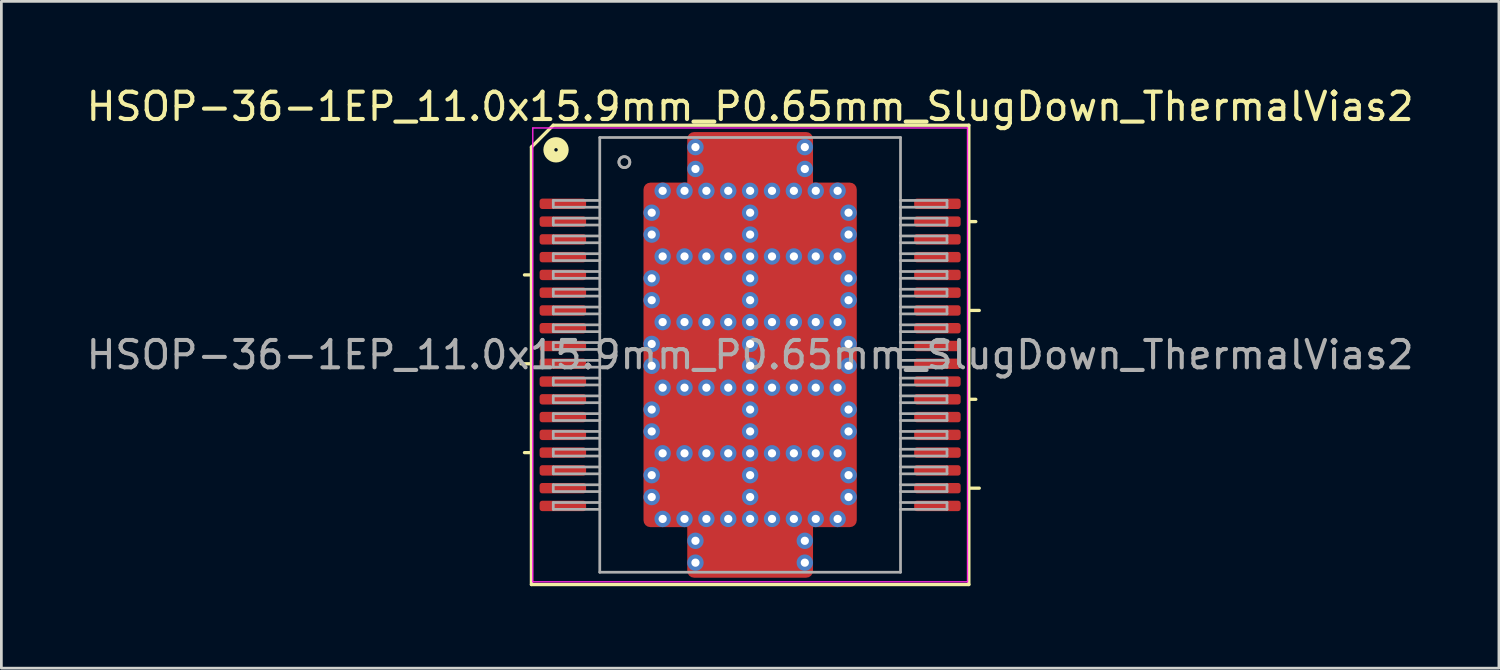
<source format=kicad_pcb>
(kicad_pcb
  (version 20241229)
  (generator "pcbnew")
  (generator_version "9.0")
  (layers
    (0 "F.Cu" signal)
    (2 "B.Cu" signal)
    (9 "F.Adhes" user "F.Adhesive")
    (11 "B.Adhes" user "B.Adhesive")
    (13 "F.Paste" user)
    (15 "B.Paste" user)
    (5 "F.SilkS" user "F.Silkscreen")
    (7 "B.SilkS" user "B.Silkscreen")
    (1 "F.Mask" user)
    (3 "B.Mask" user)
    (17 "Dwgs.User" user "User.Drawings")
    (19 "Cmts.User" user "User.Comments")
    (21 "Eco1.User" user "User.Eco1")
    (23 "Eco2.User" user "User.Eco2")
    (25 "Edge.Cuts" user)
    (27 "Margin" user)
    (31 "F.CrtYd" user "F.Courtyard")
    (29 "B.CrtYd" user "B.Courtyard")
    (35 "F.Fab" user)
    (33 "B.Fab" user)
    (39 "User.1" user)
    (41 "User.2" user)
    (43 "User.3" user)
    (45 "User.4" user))
  (footprint "HSOP-36-1EP_11.0x15.9mm_P0.65mm_SlugDown_ThermalVias2"
    (layer "F.Cu")
    (at 24.387 9.93)
    (property "Reference" "HSOP-36-1EP_11.0x15.9mm_P0.65mm_SlugDown_ThermalVias2" (at 0 -9.082 0) (layer "F.SilkS") (effects (font (size 1 1) (thickness 0.15))))
    (attr smd)
    (fp_line (start -8 -7.6) (end -8 8.4) (stroke (width 0.12) (type solid)) (layer "F.SilkS"))
    (fp_line (start -8 -7.6) (end -7.2 -8.4) (stroke (width 0.12) (type solid)) (layer "F.SilkS"))
    (fp_line (start -8 -2.925) (end -8.254 -2.925) (stroke (width 0.12) (type solid)) (layer "F.SilkS"))
    (fp_line (start -8 0.325) (end -8.381 0.325) (stroke (width 0.12) (type solid)) (layer "F.SilkS"))
    (fp_line (start -8 3.575) (end -8.254 3.575) (stroke (width 0.12) (type solid)) (layer "F.SilkS"))
    (fp_line (start -8 8.4) (end 8 8.4) (stroke (width 0.12) (type solid)) (layer "F.SilkS"))
    (fp_line (start 8 -8.4) (end -7.2 -8.4) (stroke (width 0.12) (type solid)) (layer "F.SilkS"))
    (fp_line (start 8 -4.875) (end 8.254 -4.875) (stroke (width 0.12) (type solid)) (layer "F.SilkS"))
    (fp_line (start 8 -1.625) (end 8.381 -1.625) (stroke (width 0.12) (type solid)) (layer "F.SilkS"))
    (fp_line (start 8 1.625) (end 8.254 1.625) (stroke (width 0.12) (type solid)) (layer "F.SilkS"))
    (fp_line (start 8 4.875) (end 8.381 4.875) (stroke (width 0.12) (type solid)) (layer "F.SilkS"))
    (fp_line (start 8 8.4) (end 8 -8.4) (stroke (width 0.12) (type solid)) (layer "F.SilkS"))
    (fp_circle (center -7.1 -7.5) (end -7.037 -7.5) (stroke (width 0.4) (type solid)) (fill no) (layer "F.SilkS"))
    (fp_line (start -7.95 -8.3) (end -7.95 8.3) (stroke (width 0.05) (type solid)) (layer "F.CrtYd"))
    (fp_line (start -7.95 -8.3) (end 7.95 -8.3) (stroke (width 0.05) (type solid)) (layer "F.CrtYd"))
    (fp_line (start 7.95 8.3) (end -7.95 8.3) (stroke (width 0.05) (type solid)) (layer "F.CrtYd"))
    (fp_line (start 7.95 8.3) (end 7.95 -8.3) (stroke (width 0.05) (type solid)) (layer "F.CrtYd"))
    (fp_line (start -7.2 -5.65) (end -7.2 -5.4) (stroke (width 0.1) (type solid)) (layer "F.Fab"))
    (fp_line (start -7.2 -5.65) (end -5.5 -5.65) (stroke (width 0.1) (type solid)) (layer "F.Fab"))
    (fp_line (start -7.2 -5.4) (end -5.5 -5.4) (stroke (width 0.1) (type solid)) (layer "F.Fab"))
    (fp_line (start -7.2 -5) (end -7.2 -4.75) (stroke (width 0.1) (type solid)) (layer "F.Fab"))
    (fp_line (start -7.2 -5) (end -5.5 -5) (stroke (width 0.1) (type solid)) (layer "F.Fab"))
    (fp_line (start -7.2 -4.75) (end -5.5 -4.75) (stroke (width 0.1) (type solid)) (layer "F.Fab"))
    (fp_line (start -7.2 -4.35) (end -7.2 -4.1) (stroke (width 0.1) (type solid)) (layer "F.Fab"))
    (fp_line (start -7.2 -4.35) (end -5.5 -4.35) (stroke (width 0.1) (type solid)) (layer "F.Fab"))
    (fp_line (start -7.2 -4.1) (end -5.5 -4.1) (stroke (width 0.1) (type solid)) (layer "F.Fab"))
    (fp_line (start -7.2 -3.7) (end -7.2 -3.45) (stroke (width 0.1) (type solid)) (layer "F.Fab"))
    (fp_line (start -7.2 -3.7) (end -5.5 -3.7) (stroke (width 0.1) (type solid)) (layer "F.Fab"))
    (fp_line (start -7.2 -3.45) (end -5.5 -3.45) (stroke (width 0.1) (type solid)) (layer "F.Fab"))
    (fp_line (start -7.2 -3.05) (end -7.2 -2.8) (stroke (width 0.1) (type solid)) (layer "F.Fab"))
    (fp_line (start -7.2 -3.05) (end -5.5 -3.05) (stroke (width 0.1) (type solid)) (layer "F.Fab"))
    (fp_line (start -7.2 -2.8) (end -5.5 -2.8) (stroke (width 0.1) (type solid)) (layer "F.Fab"))
    (fp_line (start -7.2 -2.4) (end -7.2 -2.15) (stroke (width 0.1) (type solid)) (layer "F.Fab"))
    (fp_line (start -7.2 -2.4) (end -5.5 -2.4) (stroke (width 0.1) (type solid)) (layer "F.Fab"))
    (fp_line (start -7.2 -2.15) (end -5.5 -2.15) (stroke (width 0.1) (type solid)) (layer "F.Fab"))
    (fp_line (start -7.2 -1.75) (end -7.2 -1.5) (stroke (width 0.1) (type solid)) (layer "F.Fab"))
    (fp_line (start -7.2 -1.75) (end -5.5 -1.75) (stroke (width 0.1) (type solid)) (layer "F.Fab"))
    (fp_line (start -7.2 -1.5) (end -5.5 -1.5) (stroke (width 0.1) (type solid)) (layer "F.Fab"))
    (fp_line (start -7.2 -1.1) (end -7.2 -0.85) (stroke (width 0.1) (type solid)) (layer "F.Fab"))
    (fp_line (start -7.2 -1.1) (end -5.5 -1.1) (stroke (width 0.1) (type solid)) (layer "F.Fab"))
    (fp_line (start -7.2 -0.85) (end -5.5 -0.85) (stroke (width 0.1) (type solid)) (layer "F.Fab"))
    (fp_line (start -7.2 -0.45) (end -7.2 -0.2) (stroke (width 0.1) (type solid)) (layer "F.Fab"))
    (fp_line (start -7.2 -0.45) (end -5.5 -0.45) (stroke (width 0.1) (type solid)) (layer "F.Fab"))
    (fp_line (start -7.2 -0.2) (end -5.5 -0.2) (stroke (width 0.1) (type solid)) (layer "F.Fab"))
    (fp_line (start -7.2 0.2) (end -7.2 0.45) (stroke (width 0.1) (type solid)) (layer "F.Fab"))
    (fp_line (start -7.2 0.2) (end -5.5 0.2) (stroke (width 0.1) (type solid)) (layer "F.Fab"))
    (fp_line (start -7.2 0.45) (end -5.5 0.45) (stroke (width 0.1) (type solid)) (layer "F.Fab"))
    (fp_line (start -7.2 0.85) (end -7.2 1.1) (stroke (width 0.1) (type solid)) (layer "F.Fab"))
    (fp_line (start -7.2 0.85) (end -5.5 0.85) (stroke (width 0.1) (type solid)) (layer "F.Fab"))
    (fp_line (start -7.2 1.1) (end -5.5 1.1) (stroke (width 0.1) (type solid)) (layer "F.Fab"))
    (fp_line (start -7.2 1.5) (end -7.2 1.75) (stroke (width 0.1) (type solid)) (layer "F.Fab"))
    (fp_line (start -7.2 1.5) (end -5.5 1.5) (stroke (width 0.1) (type solid)) (layer "F.Fab"))
    (fp_line (start -7.2 1.75) (end -5.5 1.75) (stroke (width 0.1) (type solid)) (layer "F.Fab"))
    (fp_line (start -7.2 2.15) (end -7.2 2.4) (stroke (width 0.1) (type solid)) (layer "F.Fab"))
    (fp_line (start -7.2 2.15) (end -5.5 2.15) (stroke (width 0.1) (type solid)) (layer "F.Fab"))
    (fp_line (start -7.2 2.4) (end -5.5 2.4) (stroke (width 0.1) (type solid)) (layer "F.Fab"))
    (fp_line (start -7.2 2.8) (end -7.2 3.05) (stroke (width 0.1) (type solid)) (layer "F.Fab"))
    (fp_line (start -7.2 2.8) (end -5.5 2.8) (stroke (width 0.1) (type solid)) (layer "F.Fab"))
    (fp_line (start -7.2 3.05) (end -5.5 3.05) (stroke (width 0.1) (type solid)) (layer "F.Fab"))
    (fp_line (start -7.2 3.45) (end -7.2 3.7) (stroke (width 0.1) (type solid)) (layer "F.Fab"))
    (fp_line (start -7.2 3.45) (end -5.5 3.45) (stroke (width 0.1) (type solid)) (layer "F.Fab"))
    (fp_line (start -7.2 3.7) (end -5.5 3.7) (stroke (width 0.1) (type solid)) (layer "F.Fab"))
    (fp_line (start -7.2 4.1) (end -7.2 4.35) (stroke (width 0.1) (type solid)) (layer "F.Fab"))
    (fp_line (start -7.2 4.1) (end -5.5 4.1) (stroke (width 0.1) (type solid)) (layer "F.Fab"))
    (fp_line (start -7.2 4.35) (end -5.5 4.35) (stroke (width 0.1) (type solid)) (layer "F.Fab"))
    (fp_line (start -7.2 4.75) (end -7.2 5) (stroke (width 0.1) (type solid)) (layer "F.Fab"))
    (fp_line (start -7.2 4.75) (end -5.5 4.75) (stroke (width 0.1) (type solid)) (layer "F.Fab"))
    (fp_line (start -7.2 5) (end -5.5 5) (stroke (width 0.1) (type solid)) (layer "F.Fab"))
    (fp_line (start -7.2 5.4) (end -7.2 5.65) (stroke (width 0.1) (type solid)) (layer "F.Fab"))
    (fp_line (start -7.2 5.4) (end -5.5 5.4) (stroke (width 0.1) (type solid)) (layer "F.Fab"))
    (fp_line (start -7.2 5.65) (end -5.5 5.65) (stroke (width 0.1) (type solid)) (layer "F.Fab"))
    (fp_line (start -5.5 -7.95) (end -5.5 7.95) (stroke (width 0.1) (type solid)) (layer "F.Fab"))
    (fp_line (start -5.5 7.95) (end 5.5 7.95) (stroke (width 0.1) (type solid)) (layer "F.Fab"))
    (fp_line (start 5.5 -7.95) (end -5.5 -7.95) (stroke (width 0.1) (type solid)) (layer "F.Fab"))
    (fp_line (start 5.5 7.95) (end 5.5 -7.95) (stroke (width 0.1) (type solid)) (layer "F.Fab"))
    (fp_line (start 7.2 -5.65) (end 5.5 -5.65) (stroke (width 0.1) (type solid)) (layer "F.Fab"))
    (fp_line (start 7.2 -5.4) (end 5.5 -5.4) (stroke (width 0.1) (type solid)) (layer "F.Fab"))
    (fp_line (start 7.2 -5.4) (end 7.2 -5.65) (stroke (width 0.1) (type solid)) (layer "F.Fab"))
    (fp_line (start 7.2 -5) (end 5.5 -5) (stroke (width 0.1) (type solid)) (layer "F.Fab"))
    (fp_line (start 7.2 -4.75) (end 5.5 -4.75) (stroke (width 0.1) (type solid)) (layer "F.Fab"))
    (fp_line (start 7.2 -4.75) (end 7.2 -5) (stroke (width 0.1) (type solid)) (layer "F.Fab"))
    (fp_line (start 7.2 -4.35) (end 5.5 -4.35) (stroke (width 0.1) (type solid)) (layer "F.Fab"))
    (fp_line (start 7.2 -4.1) (end 5.5 -4.1) (stroke (width 0.1) (type solid)) (layer "F.Fab"))
    (fp_line (start 7.2 -4.1) (end 7.2 -4.35) (stroke (width 0.1) (type solid)) (layer "F.Fab"))
    (fp_line (start 7.2 -3.7) (end 5.5 -3.7) (stroke (width 0.1) (type solid)) (layer "F.Fab"))
    (fp_line (start 7.2 -3.45) (end 5.5 -3.45) (stroke (width 0.1) (type solid)) (layer "F.Fab"))
    (fp_line (start 7.2 -3.45) (end 7.2 -3.7) (stroke (width 0.1) (type solid)) (layer "F.Fab"))
    (fp_line (start 7.2 -3.05) (end 5.5 -3.05) (stroke (width 0.1) (type solid)) (layer "F.Fab"))
    (fp_line (start 7.2 -2.8) (end 5.5 -2.8) (stroke (width 0.1) (type solid)) (layer "F.Fab"))
    (fp_line (start 7.2 -2.8) (end 7.2 -3.05) (stroke (width 0.1) (type solid)) (layer "F.Fab"))
    (fp_line (start 7.2 -2.4) (end 5.5 -2.4) (stroke (width 0.1) (type solid)) (layer "F.Fab"))
    (fp_line (start 7.2 -2.15) (end 5.5 -2.15) (stroke (width 0.1) (type solid)) (layer "F.Fab"))
    (fp_line (start 7.2 -2.15) (end 7.2 -2.4) (stroke (width 0.1) (type solid)) (layer "F.Fab"))
    (fp_line (start 7.2 -1.75) (end 5.5 -1.75) (stroke (width 0.1) (type solid)) (layer "F.Fab"))
    (fp_line (start 7.2 -1.5) (end 5.5 -1.5) (stroke (width 0.1) (type solid)) (layer "F.Fab"))
    (fp_line (start 7.2 -1.5) (end 7.2 -1.75) (stroke (width 0.1) (type solid)) (layer "F.Fab"))
    (fp_line (start 7.2 -1.1) (end 5.5 -1.1) (stroke (width 0.1) (type solid)) (layer "F.Fab"))
    (fp_line (start 7.2 -0.85) (end 5.5 -0.85) (stroke (width 0.1) (type solid)) (layer "F.Fab"))
    (fp_line (start 7.2 -0.85) (end 7.2 -1.1) (stroke (width 0.1) (type solid)) (layer "F.Fab"))
    (fp_line (start 7.2 -0.45) (end 5.5 -0.45) (stroke (width 0.1) (type solid)) (layer "F.Fab"))
    (fp_line (start 7.2 -0.2) (end 5.5 -0.2) (stroke (width 0.1) (type solid)) (layer "F.Fab"))
    (fp_line (start 7.2 -0.2) (end 7.2 -0.45) (stroke (width 0.1) (type solid)) (layer "F.Fab"))
    (fp_line (start 7.2 0.2) (end 5.5 0.2) (stroke (width 0.1) (type solid)) (layer "F.Fab"))
    (fp_line (start 7.2 0.45) (end 5.5 0.45) (stroke (width 0.1) (type solid)) (layer "F.Fab"))
    (fp_line (start 7.2 0.45) (end 7.2 0.2) (stroke (width 0.1) (type solid)) (layer "F.Fab"))
    (fp_line (start 7.2 0.85) (end 5.5 0.85) (stroke (width 0.1) (type solid)) (layer "F.Fab"))
    (fp_line (start 7.2 1.1) (end 5.5 1.1) (stroke (width 0.1) (type solid)) (layer "F.Fab"))
    (fp_line (start 7.2 1.1) (end 7.2 0.85) (stroke (width 0.1) (type solid)) (layer "F.Fab"))
    (fp_line (start 7.2 1.5) (end 5.5 1.5) (stroke (width 0.1) (type solid)) (layer "F.Fab"))
    (fp_line (start 7.2 1.75) (end 5.5 1.75) (stroke (width 0.1) (type solid)) (layer "F.Fab"))
    (fp_line (start 7.2 1.75) (end 7.2 1.5) (stroke (width 0.1) (type solid)) (layer "F.Fab"))
    (fp_line (start 7.2 2.15) (end 5.5 2.15) (stroke (width 0.1) (type solid)) (layer "F.Fab"))
    (fp_line (start 7.2 2.4) (end 5.5 2.4) (stroke (width 0.1) (type solid)) (layer "F.Fab"))
    (fp_line (start 7.2 2.4) (end 7.2 2.15) (stroke (width 0.1) (type solid)) (layer "F.Fab"))
    (fp_line (start 7.2 2.8) (end 5.5 2.8) (stroke (width 0.1) (type solid)) (layer "F.Fab"))
    (fp_line (start 7.2 3.05) (end 5.5 3.05) (stroke (width 0.1) (type solid)) (layer "F.Fab"))
    (fp_line (start 7.2 3.05) (end 7.2 2.8) (stroke (width 0.1) (type solid)) (layer "F.Fab"))
    (fp_line (start 7.2 3.45) (end 5.5 3.45) (stroke (width 0.1) (type solid)) (layer "F.Fab"))
    (fp_line (start 7.2 3.7) (end 5.5 3.7) (stroke (width 0.1) (type solid)) (layer "F.Fab"))
    (fp_line (start 7.2 3.7) (end 7.2 3.45) (stroke (width 0.1) (type solid)) (layer "F.Fab"))
    (fp_line (start 7.2 4.1) (end 5.5 4.1) (stroke (width 0.1) (type solid)) (layer "F.Fab"))
    (fp_line (start 7.2 4.35) (end 5.5 4.35) (stroke (width 0.1) (type solid)) (layer "F.Fab"))
    (fp_line (start 7.2 4.35) (end 7.2 4.1) (stroke (width 0.1) (type solid)) (layer "F.Fab"))
    (fp_line (start 7.2 4.75) (end 5.5 4.75) (stroke (width 0.1) (type solid)) (layer "F.Fab"))
    (fp_line (start 7.2 5) (end 5.5 5) (stroke (width 0.1) (type solid)) (layer "F.Fab"))
    (fp_line (start 7.2 5) (end 7.2 4.75) (stroke (width 0.1) (type solid)) (layer "F.Fab"))
    (fp_line (start 7.2 5.4) (end 5.5 5.4) (stroke (width 0.1) (type solid)) (layer "F.Fab"))
    (fp_line (start 7.2 5.65) (end 5.5 5.65) (stroke (width 0.1) (type solid)) (layer "F.Fab"))
    (fp_line (start 7.2 5.65) (end 7.2 5.4) (stroke (width 0.1) (type solid)) (layer "F.Fab"))
    (fp_circle (center -4.6 -7.05) (end -4.4 -7.05) (stroke (width 0.1) (type solid)) (fill no) (layer "F.Fab"))
    (fp_circle (center -4.6 -7.05) (end -4.4 -7.05) (stroke (width 0.1) (type solid)) (fill no) (layer "F.Fab"))
    (fp_text user "${REFERENCE}" (at 0 0 0) (layer "F.Fab") (effects (font (size 1 1) (thickness 0.15))))
    (pad "" smd roundrect (at -2.425 -4.775) (size 1.15 1.35) (layers "F.Paste") (roundrect_rratio 0.217))
    (pad "" smd roundrect (at -2.425 -2.4) (size 1.15 1.4) (layers "F.Paste") (roundrect_rratio 0.217))
    (pad "" smd roundrect (at -2.425 0) (size 1.15 1.4) (layers "F.Paste") (roundrect_rratio 0.217))
    (pad "" smd roundrect (at -2.425 2.4 180) (size 1.15 1.4) (layers "F.Paste") (roundrect_rratio 0.217))
    (pad "" smd roundrect (at -2.425 4.775 180) (size 1.15 1.35) (layers "F.Paste") (roundrect_rratio 0.217))
    (pad "" smd roundrect (at -1.75 -4.775) (size 2.9 1.75) (layers "F.Mask") (roundrect_rratio 0.143))
    (pad "" smd roundrect (at -1.75 -2.4) (size 2.9 1.8) (layers "F.Mask") (roundrect_rratio 0.139))
    (pad "" smd roundrect (at -1.75 0) (size 2.9 1.8) (layers "F.Mask") (roundrect_rratio 0.139))
    (pad "" smd roundrect (at -1.75 2.4) (size 2.9 1.8) (layers "F.Mask") (roundrect_rratio 0.139))
    (pad "" smd roundrect (at -1.75 4.775) (size 2.9 1.75) (layers "F.Mask") (roundrect_rratio 0.143))
    (pad "" smd roundrect (at -1.075 -4.775) (size 1.15 1.35) (layers "F.Paste") (roundrect_rratio 0.217))
    (pad "" smd roundrect (at -1.075 -2.4) (size 1.15 1.4) (layers "F.Paste") (roundrect_rratio 0.217))
    (pad "" smd roundrect (at -1.075 0) (size 1.15 1.4) (layers "F.Paste") (roundrect_rratio 0.217))
    (pad "" smd roundrect (at -1.075 2.4 180) (size 1.15 1.4) (layers "F.Paste") (roundrect_rratio 0.217))
    (pad "" smd roundrect (at -1.075 4.775 180) (size 1.15 1.35) (layers "F.Paste") (roundrect_rratio 0.217))
    (pad "" smd roundrect (at -0.8 -7.175) (size 1.3 1.35) (layers "F.Paste") (roundrect_rratio 0.192))
    (pad "" smd roundrect (at -0.8 7.175 180) (size 1.3 1.35) (layers "F.Paste") (roundrect_rratio 0.192))
    (pad "" smd roundrect (at 0 -7.175) (size 3.4 1.75) (layers "F.Mask") (roundrect_rratio 0.143))
    (pad "" smd roundrect (at 0 7.175) (size 3.4 1.75) (layers "F.Mask") (roundrect_rratio 0.143))
    (pad "" smd roundrect (at 0.8 -7.175) (size 1.3 1.35) (layers "F.Paste") (roundrect_rratio 0.192))
    (pad "" smd roundrect (at 0.8 7.175 180) (size 1.3 1.35) (layers "F.Paste") (roundrect_rratio 0.192))
    (pad "" smd roundrect (at 1.075 -4.775) (size 1.15 1.35) (layers "F.Paste") (roundrect_rratio 0.217))
    (pad "" smd roundrect (at 1.075 -2.4) (size 1.15 1.4) (layers "F.Paste") (roundrect_rratio 0.217))
    (pad "" smd roundrect (at 1.075 0) (size 1.15 1.4) (layers "F.Paste") (roundrect_rratio 0.217))
    (pad "" smd roundrect (at 1.075 2.4 180) (size 1.15 1.4) (layers "F.Paste") (roundrect_rratio 0.217))
    (pad "" smd roundrect (at 1.075 4.775 180) (size 1.15 1.35) (layers "F.Paste") (roundrect_rratio 0.217))
    (pad "" smd roundrect (at 1.75 -4.775) (size 2.9 1.75) (layers "F.Mask") (roundrect_rratio 0.143))
    (pad "" smd roundrect (at 1.75 -2.4) (size 2.9 1.8) (layers "F.Mask") (roundrect_rratio 0.139))
    (pad "" smd roundrect (at 1.75 0) (size 2.9 1.8) (layers "F.Mask") (roundrect_rratio 0.139))
    (pad "" smd roundrect (at 1.75 2.4) (size 2.9 1.8) (layers "F.Mask") (roundrect_rratio 0.139))
    (pad "" smd roundrect (at 1.75 4.775) (size 2.9 1.75) (layers "F.Mask") (roundrect_rratio 0.143))
    (pad "" smd roundrect (at 2.425 -4.775) (size 1.15 1.35) (layers "F.Paste") (roundrect_rratio 0.217))
    (pad "" smd roundrect (at 2.425 -2.4) (size 1.15 1.4) (layers "F.Paste") (roundrect_rratio 0.217))
    (pad "" smd roundrect (at 2.425 0) (size 1.15 1.4) (layers "F.Paste") (roundrect_rratio 0.217))
    (pad "" smd roundrect (at 2.425 2.4 180) (size 1.15 1.4) (layers "F.Paste") (roundrect_rratio 0.217))
    (pad "" smd roundrect (at 2.425 4.775 180) (size 1.15 1.35) (layers "F.Paste") (roundrect_rratio 0.217))
    (pad "1" smd roundrect (at -6.85 -5.525) (size 1.7 0.38) (layers "F.Cu" "F.Mask" "F.Paste") (roundrect_rratio 0.25))
    (pad "2" smd roundrect (at -6.85 -4.875) (size 1.7 0.38) (layers "F.Cu" "F.Mask" "F.Paste") (roundrect_rratio 0.25))
    (pad "3" smd roundrect (at -6.85 -4.225) (size 1.7 0.38) (layers "F.Cu" "F.Mask" "F.Paste") (roundrect_rratio 0.25))
    (pad "4" smd roundrect (at -6.85 -3.575) (size 1.7 0.38) (layers "F.Cu" "F.Mask" "F.Paste") (roundrect_rratio 0.25))
    (pad "5" smd roundrect (at -6.85 -2.925) (size 1.7 0.38) (layers "F.Cu" "F.Mask" "F.Paste") (roundrect_rratio 0.25))
    (pad "6" smd roundrect (at -6.85 -2.275) (size 1.7 0.38) (layers "F.Cu" "F.Mask" "F.Paste") (roundrect_rratio 0.25))
    (pad "7" smd roundrect (at -6.85 -1.625) (size 1.7 0.38) (layers "F.Cu" "F.Mask" "F.Paste") (roundrect_rratio 0.25))
    (pad "8" smd roundrect (at -6.85 -0.975) (size 1.7 0.38) (layers "F.Cu" "F.Mask" "F.Paste") (roundrect_rratio 0.25))
    (pad "9" smd roundrect (at -6.85 -0.325) (size 1.7 0.38) (layers "F.Cu" "F.Mask" "F.Paste") (roundrect_rratio 0.25))
    (pad "10" smd roundrect (at -6.85 0.325) (size 1.7 0.38) (layers "F.Cu" "F.Mask" "F.Paste") (roundrect_rratio 0.25))
    (pad "11" smd roundrect (at -6.85 0.975) (size 1.7 0.38) (layers "F.Cu" "F.Mask" "F.Paste") (roundrect_rratio 0.25))
    (pad "12" smd roundrect (at -6.85 1.625) (size 1.7 0.38) (layers "F.Cu" "F.Mask" "F.Paste") (roundrect_rratio 0.25))
    (pad "13" smd roundrect (at -6.85 2.275) (size 1.7 0.38) (layers "F.Cu" "F.Mask" "F.Paste") (roundrect_rratio 0.25))
    (pad "14" smd roundrect (at -6.85 2.925) (size 1.7 0.38) (layers "F.Cu" "F.Mask" "F.Paste") (roundrect_rratio 0.25))
    (pad "15" smd roundrect (at -6.85 3.575) (size 1.7 0.38) (layers "F.Cu" "F.Mask" "F.Paste") (roundrect_rratio 0.25))
    (pad "16" smd roundrect (at -6.85 4.225) (size 1.7 0.38) (layers "F.Cu" "F.Mask" "F.Paste") (roundrect_rratio 0.25))
    (pad "17" smd roundrect (at -6.85 4.875) (size 1.7 0.38) (layers "F.Cu" "F.Mask" "F.Paste") (roundrect_rratio 0.25))
    (pad "18" smd roundrect (at -6.85 5.525) (size 1.7 0.38) (layers "F.Cu" "F.Mask" "F.Paste") (roundrect_rratio 0.25))
    (pad "19" smd roundrect (at 6.85 5.525) (size 1.7 0.38) (layers "F.Cu" "F.Mask" "F.Paste") (roundrect_rratio 0.25))
    (pad "20" smd roundrect (at 6.85 4.875) (size 1.7 0.38) (layers "F.Cu" "F.Mask" "F.Paste") (roundrect_rratio 0.25))
    (pad "21" smd roundrect (at 6.85 4.225) (size 1.7 0.38) (layers "F.Cu" "F.Mask" "F.Paste") (roundrect_rratio 0.25))
    (pad "22" smd roundrect (at 6.85 3.575) (size 1.7 0.38) (layers "F.Cu" "F.Mask" "F.Paste") (roundrect_rratio 0.25))
    (pad "23" smd roundrect (at 6.85 2.925) (size 1.7 0.38) (layers "F.Cu" "F.Mask" "F.Paste") (roundrect_rratio 0.25))
    (pad "24" smd roundrect (at 6.85 2.275) (size 1.7 0.38) (layers "F.Cu" "F.Mask" "F.Paste") (roundrect_rratio 0.25))
    (pad "25" smd roundrect (at 6.85 1.625) (size 1.7 0.38) (layers "F.Cu" "F.Mask" "F.Paste") (roundrect_rratio 0.25))
    (pad "26" smd roundrect (at 6.85 0.975) (size 1.7 0.38) (layers "F.Cu" "F.Mask" "F.Paste") (roundrect_rratio 0.25))
    (pad "27" smd roundrect (at 6.85 0.325) (size 1.7 0.38) (layers "F.Cu" "F.Mask" "F.Paste") (roundrect_rratio 0.25))
    (pad "28" smd roundrect (at 6.85 -0.325) (size 1.7 0.38) (layers "F.Cu" "F.Mask" "F.Paste") (roundrect_rratio 0.25))
    (pad "29" smd roundrect (at 6.85 -0.975) (size 1.7 0.38) (layers "F.Cu" "F.Mask" "F.Paste") (roundrect_rratio 0.25))
    (pad "30" smd roundrect (at 6.85 -1.625) (size 1.7 0.38) (layers "F.Cu" "F.Mask" "F.Paste") (roundrect_rratio 0.25))
    (pad "31" smd roundrect (at 6.85 -2.275) (size 1.7 0.38) (layers "F.Cu" "F.Mask" "F.Paste") (roundrect_rratio 0.25))
    (pad "32" smd roundrect (at 6.85 -2.925) (size 1.7 0.38) (layers "F.Cu" "F.Mask" "F.Paste") (roundrect_rratio 0.25))
    (pad "33" smd roundrect (at 6.85 -3.575) (size 1.7 0.38) (layers "F.Cu" "F.Mask" "F.Paste") (roundrect_rratio 0.25))
    (pad "34" smd roundrect (at 6.85 -4.225) (size 1.7 0.38) (layers "F.Cu" "F.Mask" "F.Paste") (roundrect_rratio 0.25))
    (pad "35" smd roundrect (at 6.85 -4.875) (size 1.7 0.38) (layers "F.Cu" "F.Mask" "F.Paste") (roundrect_rratio 0.25))
    (pad "36" smd roundrect (at 6.85 -5.525) (size 1.7 0.38) (layers "F.Cu" "F.Mask" "F.Paste") (roundrect_rratio 0.25))
    (pad "37" thru_hole circle (at -3.6 -5.2 180) (size 0.6 0.6) (drill 0.3) (property pad_prop_heatsink) (layers "*.Cu" "*.Mask"))
    (pad "37" thru_hole circle (at -3.6 -4.4 180) (size 0.6 0.6) (drill 0.3) (property pad_prop_heatsink) (layers "*.Cu" "*.Mask"))
    (pad "37" thru_hole circle (at -3.6 -2.8 180) (size 0.6 0.6) (drill 0.3) (property pad_prop_heatsink) (layers "*.Cu" "*.Mask"))
    (pad "37" thru_hole circle (at -3.6 -2 180) (size 0.6 0.6) (drill 0.3) (property pad_prop_heatsink) (layers "*.Cu" "*.Mask"))
    (pad "37" thru_hole circle (at -3.6 -0.4 180) (size 0.6 0.6) (drill 0.3) (property pad_prop_heatsink) (layers "*.Cu" "*.Mask"))
    (pad "37" thru_hole circle (at -3.6 0.4 180) (size 0.6 0.6) (drill 0.3) (property pad_prop_heatsink) (layers "*.Cu" "*.Mask"))
    (pad "37" thru_hole circle (at -3.6 2 180) (size 0.6 0.6) (drill 0.3) (property pad_prop_heatsink) (layers "*.Cu" "*.Mask"))
    (pad "37" thru_hole circle (at -3.6 2.8 180) (size 0.6 0.6) (drill 0.3) (property pad_prop_heatsink) (layers "*.Cu" "*.Mask"))
    (pad "37" thru_hole circle (at -3.6 4.4 180) (size 0.6 0.6) (drill 0.3) (property pad_prop_heatsink) (layers "*.Cu" "*.Mask"))
    (pad "37" thru_hole circle (at -3.6 5.2 180) (size 0.6 0.6) (drill 0.3) (property pad_prop_heatsink) (layers "*.Cu" "*.Mask"))
    (pad "37" thru_hole circle (at -3.2 -6 180) (size 0.6 0.6) (drill 0.3) (property pad_prop_heatsink) (layers "*.Cu" "*.Mask"))
    (pad "37" thru_hole circle (at -3.2 -3.6 180) (size 0.6 0.6) (drill 0.3) (property pad_prop_heatsink) (layers "*.Cu" "*.Mask"))
    (pad "37" thru_hole circle (at -3.2 -1.2 180) (size 0.6 0.6) (drill 0.3) (property pad_prop_heatsink) (layers "*.Cu" "*.Mask"))
    (pad "37" thru_hole circle (at -3.2 1.2 180) (size 0.6 0.6) (drill 0.3) (property pad_prop_heatsink) (layers "*.Cu" "*.Mask"))
    (pad "37" thru_hole circle (at -3.2 3.6 180) (size 0.6 0.6) (drill 0.3) (property pad_prop_heatsink) (layers "*.Cu" "*.Mask"))
    (pad "37" thru_hole circle (at -3.2 6 180) (size 0.6 0.6) (drill 0.3) (property pad_prop_heatsink) (layers "*.Cu" "*.Mask"))
    (pad "37" thru_hole circle (at -2.4 -6 180) (size 0.6 0.6) (drill 0.3) (property pad_prop_heatsink) (layers "*.Cu" "*.Mask"))
    (pad "37" thru_hole circle (at -2.4 -3.6 180) (size 0.6 0.6) (drill 0.3) (property pad_prop_heatsink) (layers "*.Cu" "*.Mask"))
    (pad "37" thru_hole circle (at -2.4 -1.2 180) (size 0.6 0.6) (drill 0.3) (property pad_prop_heatsink) (layers "*.Cu" "*.Mask"))
    (pad "37" thru_hole circle (at -2.4 1.2 180) (size 0.6 0.6) (drill 0.3) (property pad_prop_heatsink) (layers "*.Cu" "*.Mask"))
    (pad "37" thru_hole circle (at -2.4 3.6 180) (size 0.6 0.6) (drill 0.3) (property pad_prop_heatsink) (layers "*.Cu" "*.Mask"))
    (pad "37" thru_hole circle (at -2.4 6 180) (size 0.6 0.6) (drill 0.3) (property pad_prop_heatsink) (layers "*.Cu" "*.Mask"))
    (pad "37" thru_hole circle (at -2 -7.6 180) (size 0.6 0.6) (drill 0.3) (property pad_prop_heatsink) (layers "*.Cu" "*.Mask"))
    (pad "37" thru_hole circle (at -2 -6.8 180) (size 0.6 0.6) (drill 0.3) (property pad_prop_heatsink) (layers "*.Cu" "*.Mask"))
    (pad "37" thru_hole circle (at -2 6.8 180) (size 0.6 0.6) (drill 0.3) (property pad_prop_heatsink) (layers "*.Cu" "*.Mask"))
    (pad "37" thru_hole circle (at -2 7.6 180) (size 0.6 0.6) (drill 0.3) (property pad_prop_heatsink) (layers "*.Cu" "*.Mask"))
    (pad "37" thru_hole circle (at -1.6 -6 180) (size 0.6 0.6) (drill 0.3) (property pad_prop_heatsink) (layers "*.Cu" "*.Mask"))
    (pad "37" thru_hole circle (at -1.6 -3.6 180) (size 0.6 0.6) (drill 0.3) (property pad_prop_heatsink) (layers "*.Cu" "*.Mask"))
    (pad "37" thru_hole circle (at -1.6 -1.2 180) (size 0.6 0.6) (drill 0.3) (property pad_prop_heatsink) (layers "*.Cu" "*.Mask"))
    (pad "37" thru_hole circle (at -1.6 1.2 180) (size 0.6 0.6) (drill 0.3) (property pad_prop_heatsink) (layers "*.Cu" "*.Mask"))
    (pad "37" thru_hole circle (at -1.6 3.6 180) (size 0.6 0.6) (drill 0.3) (property pad_prop_heatsink) (layers "*.Cu" "*.Mask"))
    (pad "37" thru_hole circle (at -1.6 6 180) (size 0.6 0.6) (drill 0.3) (property pad_prop_heatsink) (layers "*.Cu" "*.Mask"))
    (pad "37" thru_hole circle (at -0.8 -6 180) (size 0.6 0.6) (drill 0.3) (property pad_prop_heatsink) (layers "*.Cu" "*.Mask"))
    (pad "37" thru_hole circle (at -0.8 -3.6 180) (size 0.6 0.6) (drill 0.3) (property pad_prop_heatsink) (layers "*.Cu" "*.Mask"))
    (pad "37" thru_hole circle (at -0.8 -1.2 180) (size 0.6 0.6) (drill 0.3) (property pad_prop_heatsink) (layers "*.Cu" "*.Mask"))
    (pad "37" thru_hole circle (at -0.8 1.2 180) (size 0.6 0.6) (drill 0.3) (property pad_prop_heatsink) (layers "*.Cu" "*.Mask"))
    (pad "37" thru_hole circle (at -0.8 3.6 180) (size 0.6 0.6) (drill 0.3) (property pad_prop_heatsink) (layers "*.Cu" "*.Mask"))
    (pad "37" thru_hole circle (at -0.8 6 180) (size 0.6 0.6) (drill 0.3) (property pad_prop_heatsink) (layers "*.Cu" "*.Mask"))
    (pad "37" smd roundrect (at 0 -6.95) (size 4.6 2.4) (layers "F.Cu") (roundrect_rratio 0.104))
    (pad "37" thru_hole circle (at 0 -6 180) (size 0.6 0.6) (drill 0.3) (property pad_prop_heatsink) (layers "*.Cu" "*.Mask"))
    (pad "37" thru_hole circle (at 0 -5.2 180) (size 0.6 0.6) (drill 0.3) (property pad_prop_heatsink) (layers "*.Cu" "*.Mask"))
    (pad "37" thru_hole circle (at 0 -4.4 180) (size 0.6 0.6) (drill 0.3) (property pad_prop_heatsink) (layers "*.Cu" "*.Mask"))
    (pad "37" thru_hole circle (at 0 -3.6 180) (size 0.6 0.6) (drill 0.3) (property pad_prop_heatsink) (layers "*.Cu" "*.Mask"))
    (pad "37" thru_hole circle (at 0 -2.8 180) (size 0.6 0.6) (drill 0.3) (property pad_prop_heatsink) (layers "*.Cu" "*.Mask"))
    (pad "37" thru_hole circle (at 0 -2 180) (size 0.6 0.6) (drill 0.3) (property pad_prop_heatsink) (layers "*.Cu" "*.Mask"))
    (pad "37" thru_hole circle (at 0 -1.2 180) (size 0.6 0.6) (drill 0.3) (property pad_prop_heatsink) (layers "*.Cu" "*.Mask"))
    (pad "37" thru_hole circle (at 0 -0.4 180) (size 0.6 0.6) (drill 0.3) (property pad_prop_heatsink) (layers "*.Cu" "*.Mask"))
    (pad "37" smd roundrect (at 0 0) (size 7.8 12.6) (layers "F.Cu") (roundrect_rratio 0.032))
    (pad "37" thru_hole circle (at 0 0.4 180) (size 0.6 0.6) (drill 0.3) (property pad_prop_heatsink) (layers "*.Cu" "*.Mask"))
    (pad "37" thru_hole circle (at 0 1.2 180) (size 0.6 0.6) (drill 0.3) (property pad_prop_heatsink) (layers "*.Cu" "*.Mask"))
    (pad "37" thru_hole circle (at 0 2 180) (size 0.6 0.6) (drill 0.3) (property pad_prop_heatsink) (layers "*.Cu" "*.Mask"))
    (pad "37" thru_hole circle (at 0 2.8 180) (size 0.6 0.6) (drill 0.3) (property pad_prop_heatsink) (layers "*.Cu" "*.Mask"))
    (pad "37" thru_hole circle (at 0 3.6 180) (size 0.6 0.6) (drill 0.3) (property pad_prop_heatsink) (layers "*.Cu" "*.Mask"))
    (pad "37" thru_hole circle (at 0 4.4 180) (size 0.6 0.6) (drill 0.3) (property pad_prop_heatsink) (layers "*.Cu" "*.Mask"))
    (pad "37" thru_hole circle (at 0 5.2 180) (size 0.6 0.6) (drill 0.3) (property pad_prop_heatsink) (layers "*.Cu" "*.Mask"))
    (pad "37" thru_hole circle (at 0 6 180) (size 0.6 0.6) (drill 0.3) (property pad_prop_heatsink) (layers "*.Cu" "*.Mask"))
    (pad "37" smd roundrect (at 0 6.95) (size 4.6 2.4) (layers "F.Cu") (roundrect_rratio 0.104))
    (pad "37" thru_hole circle (at 0.8 -6 180) (size 0.6 0.6) (drill 0.3) (property pad_prop_heatsink) (layers "*.Cu" "*.Mask"))
    (pad "37" thru_hole circle (at 0.8 -3.6 180) (size 0.6 0.6) (drill 0.3) (property pad_prop_heatsink) (layers "*.Cu" "*.Mask"))
    (pad "37" thru_hole circle (at 0.8 -1.2 180) (size 0.6 0.6) (drill 0.3) (property pad_prop_heatsink) (layers "*.Cu" "*.Mask"))
    (pad "37" thru_hole circle (at 0.8 1.2 180) (size 0.6 0.6) (drill 0.3) (property pad_prop_heatsink) (layers "*.Cu" "*.Mask"))
    (pad "37" thru_hole circle (at 0.8 3.6 180) (size 0.6 0.6) (drill 0.3) (property pad_prop_heatsink) (layers "*.Cu" "*.Mask"))
    (pad "37" thru_hole circle (at 0.8 6 180) (size 0.6 0.6) (drill 0.3) (property pad_prop_heatsink) (layers "*.Cu" "*.Mask"))
    (pad "37" thru_hole circle (at 1.6 -6 180) (size 0.6 0.6) (drill 0.3) (property pad_prop_heatsink) (layers "*.Cu" "*.Mask"))
    (pad "37" thru_hole circle (at 1.6 -3.6 180) (size 0.6 0.6) (drill 0.3) (property pad_prop_heatsink) (layers "*.Cu" "*.Mask"))
    (pad "37" thru_hole circle (at 1.6 -1.2 180) (size 0.6 0.6) (drill 0.3) (property pad_prop_heatsink) (layers "*.Cu" "*.Mask"))
    (pad "37" thru_hole circle (at 1.6 1.2 180) (size 0.6 0.6) (drill 0.3) (property pad_prop_heatsink) (layers "*.Cu" "*.Mask"))
    (pad "37" thru_hole circle (at 1.6 3.6 180) (size 0.6 0.6) (drill 0.3) (property pad_prop_heatsink) (layers "*.Cu" "*.Mask"))
    (pad "37" thru_hole circle (at 1.6 6 180) (size 0.6 0.6) (drill 0.3) (property pad_prop_heatsink) (layers "*.Cu" "*.Mask"))
    (pad "37" thru_hole circle (at 2 -7.6 180) (size 0.6 0.6) (drill 0.3) (property pad_prop_heatsink) (layers "*.Cu" "*.Mask"))
    (pad "37" thru_hole circle (at 2 -6.8 180) (size 0.6 0.6) (drill 0.3) (property pad_prop_heatsink) (layers "*.Cu" "*.Mask"))
    (pad "37" thru_hole circle (at 2 6.8 180) (size 0.6 0.6) (drill 0.3) (property pad_prop_heatsink) (layers "*.Cu" "*.Mask"))
    (pad "37" thru_hole circle (at 2 7.6 180) (size 0.6 0.6) (drill 0.3) (property pad_prop_heatsink) (layers "*.Cu" "*.Mask"))
    (pad "37" thru_hole circle (at 2.4 -6 180) (size 0.6 0.6) (drill 0.3) (property pad_prop_heatsink) (layers "*.Cu" "*.Mask"))
    (pad "37" thru_hole circle (at 2.4 -3.6 180) (size 0.6 0.6) (drill 0.3) (property pad_prop_heatsink) (layers "*.Cu" "*.Mask"))
    (pad "37" thru_hole circle (at 2.4 -1.2 180) (size 0.6 0.6) (drill 0.3) (property pad_prop_heatsink) (layers "*.Cu" "*.Mask"))
    (pad "37" thru_hole circle (at 2.4 1.2 180) (size 0.6 0.6) (drill 0.3) (property pad_prop_heatsink) (layers "*.Cu" "*.Mask"))
    (pad "37" thru_hole circle (at 2.4 3.6 180) (size 0.6 0.6) (drill 0.3) (property pad_prop_heatsink) (layers "*.Cu" "*.Mask"))
    (pad "37" thru_hole circle (at 2.4 6 180) (size 0.6 0.6) (drill 0.3) (property pad_prop_heatsink) (layers "*.Cu" "*.Mask"))
    (pad "37" thru_hole circle (at 3.2 -6 180) (size 0.6 0.6) (drill 0.3) (property pad_prop_heatsink) (layers "*.Cu" "*.Mask"))
    (pad "37" thru_hole circle (at 3.2 -3.6 180) (size 0.6 0.6) (drill 0.3) (property pad_prop_heatsink) (layers "*.Cu" "*.Mask"))
    (pad "37" thru_hole circle (at 3.2 -1.2 180) (size 0.6 0.6) (drill 0.3) (property pad_prop_heatsink) (layers "*.Cu" "*.Mask"))
    (pad "37" thru_hole circle (at 3.2 1.2 180) (size 0.6 0.6) (drill 0.3) (property pad_prop_heatsink) (layers "*.Cu" "*.Mask"))
    (pad "37" thru_hole circle (at 3.2 3.6 180) (size 0.6 0.6) (drill 0.3) (property pad_prop_heatsink) (layers "*.Cu" "*.Mask"))
    (pad "37" thru_hole circle (at 3.2 6 180) (size 0.6 0.6) (drill 0.3) (property pad_prop_heatsink) (layers "*.Cu" "*.Mask"))
    (pad "37" thru_hole circle (at 3.6 -5.2 180) (size 0.6 0.6) (drill 0.3) (property pad_prop_heatsink) (layers "*.Cu" "*.Mask"))
    (pad "37" thru_hole circle (at 3.6 -4.4 180) (size 0.6 0.6) (drill 0.3) (property pad_prop_heatsink) (layers "*.Cu" "*.Mask"))
    (pad "37" thru_hole circle (at 3.6 -2.8 180) (size 0.6 0.6) (drill 0.3) (property pad_prop_heatsink) (layers "*.Cu" "*.Mask"))
    (pad "37" thru_hole circle (at 3.6 -2 180) (size 0.6 0.6) (drill 0.3) (property pad_prop_heatsink) (layers "*.Cu" "*.Mask"))
    (pad "37" thru_hole circle (at 3.6 -0.4 180) (size 0.6 0.6) (drill 0.3) (property pad_prop_heatsink) (layers "*.Cu" "*.Mask"))
    (pad "37" thru_hole circle (at 3.6 0.4 180) (size 0.6 0.6) (drill 0.3) (property pad_prop_heatsink) (layers "*.Cu" "*.Mask"))
    (pad "37" thru_hole circle (at 3.6 2 180) (size 0.6 0.6) (drill 0.3) (property pad_prop_heatsink) (layers "*.Cu" "*.Mask"))
    (pad "37" thru_hole circle (at 3.6 2.8 180) (size 0.6 0.6) (drill 0.3) (property pad_prop_heatsink) (layers "*.Cu" "*.Mask"))
    (pad "37" thru_hole circle (at 3.6 4.4 180) (size 0.6 0.6) (drill 0.3) (property pad_prop_heatsink) (layers "*.Cu" "*.Mask"))
    (pad "37" thru_hole circle (at 3.6 5.2 180) (size 0.6 0.6) (drill 0.3) (property pad_prop_heatsink) (layers "*.Cu" "*.Mask")))
  (gr_rect
    (start -3 -3)
    (end 51.774 21.39)
    (stroke (width 0.1) (type default))
    (fill no)
    (layer "Edge.Cuts")))
</source>
